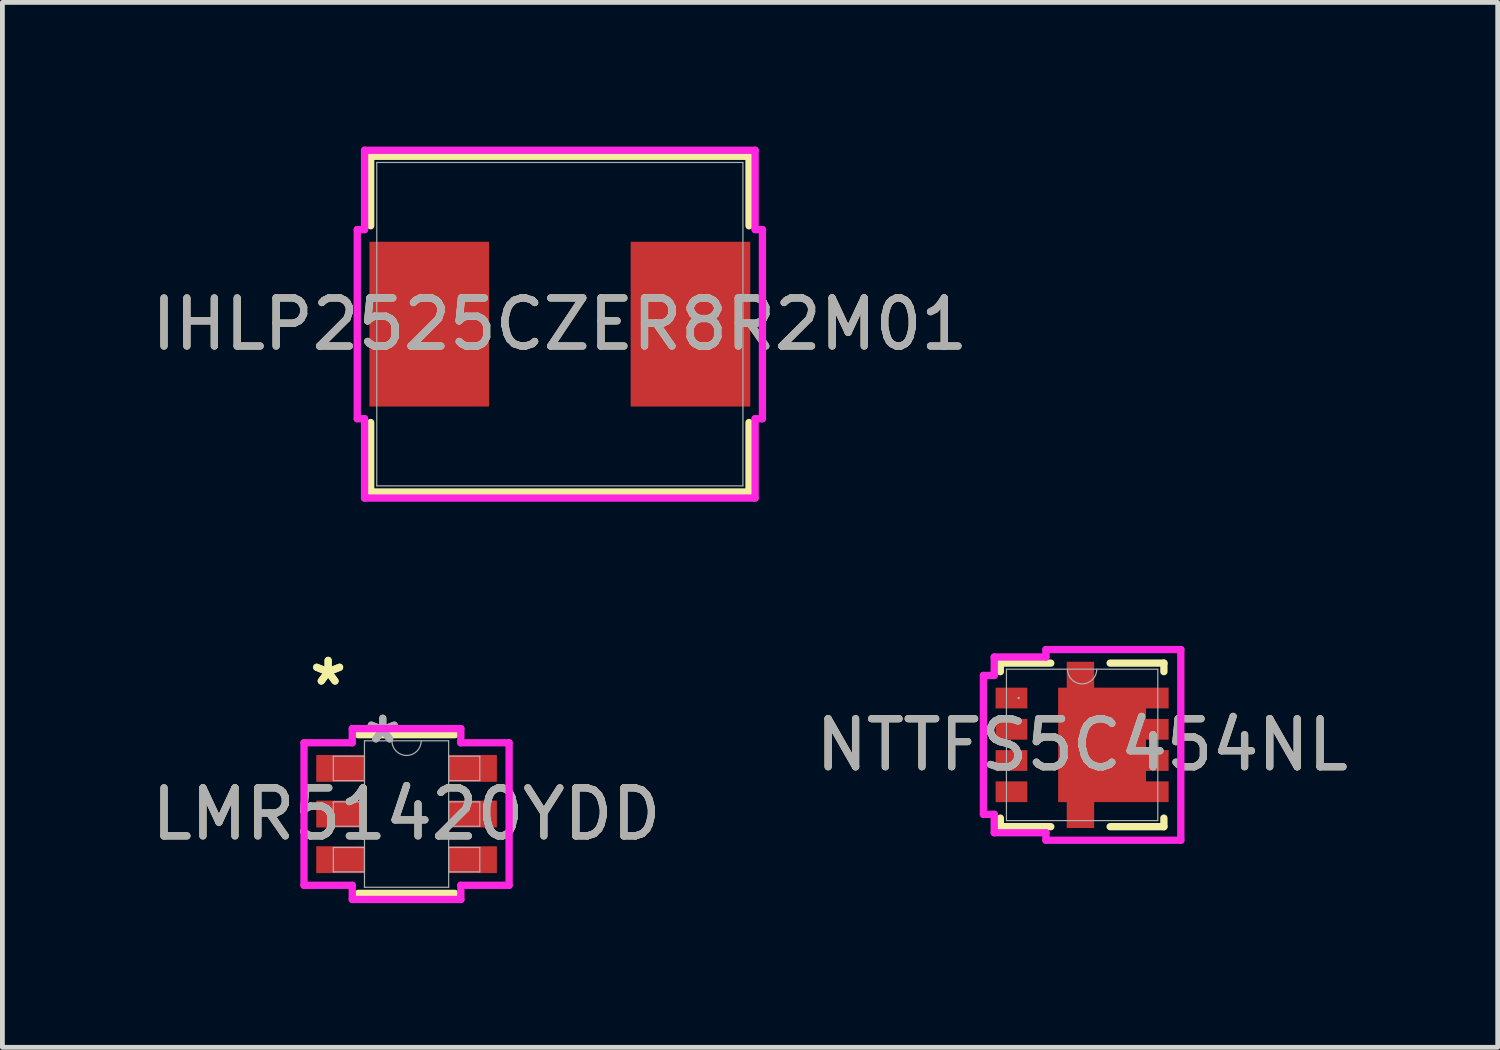
<source format=kicad_pcb>
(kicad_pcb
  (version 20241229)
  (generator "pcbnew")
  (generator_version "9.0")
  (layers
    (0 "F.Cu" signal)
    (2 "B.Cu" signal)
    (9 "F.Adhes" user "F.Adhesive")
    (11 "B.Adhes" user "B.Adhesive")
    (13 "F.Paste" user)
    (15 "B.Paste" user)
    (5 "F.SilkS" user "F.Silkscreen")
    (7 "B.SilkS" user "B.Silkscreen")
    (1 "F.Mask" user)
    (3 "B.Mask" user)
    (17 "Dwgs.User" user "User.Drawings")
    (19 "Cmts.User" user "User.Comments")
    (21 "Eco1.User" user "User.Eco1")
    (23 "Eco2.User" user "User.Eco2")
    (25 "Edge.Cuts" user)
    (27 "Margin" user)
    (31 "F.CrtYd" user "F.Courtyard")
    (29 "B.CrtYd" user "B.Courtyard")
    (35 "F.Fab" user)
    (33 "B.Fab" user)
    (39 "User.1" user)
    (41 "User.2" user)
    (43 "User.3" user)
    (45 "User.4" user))
  (footprint "IHLP2525CZER8R2M01"
    (layer "F.Cu")
    (at 8.601 3.696)
    (property "Reference" "IHLP2525CZER8R2M01" (at 0 0 0) (unlocked yes) (layer "F.SilkS") (effects (font (size 1 1) (thickness 0.15))))
    (attr smd)
    (fp_line (start -3.937 -3.493) (end -3.937 -2.047) (stroke (width 0.152) (type solid)) (layer "F.SilkS"))
    (fp_line (start -3.937 2.047) (end -3.937 3.493) (stroke (width 0.152) (type solid)) (layer "F.SilkS"))
    (fp_line (start -3.937 3.493) (end 3.937 3.493) (stroke (width 0.152) (type solid)) (layer "F.SilkS"))
    (fp_line (start 3.937 -3.493) (end -3.937 -3.493) (stroke (width 0.152) (type solid)) (layer "F.SilkS"))
    (fp_line (start 3.937 -2.047) (end 3.937 -3.493) (stroke (width 0.152) (type solid)) (layer "F.SilkS"))
    (fp_line (start 3.937 3.493) (end 3.937 2.047) (stroke (width 0.152) (type solid)) (layer "F.SilkS"))
    (fp_line (start -4.216 -1.968) (end -4.064 -1.968) (stroke (width 0.152) (type solid)) (layer "F.CrtYd"))
    (fp_line (start -4.216 1.968) (end -4.216 -1.968) (stroke (width 0.152) (type solid)) (layer "F.CrtYd"))
    (fp_line (start -4.064 -3.619) (end 4.064 -3.619) (stroke (width 0.152) (type solid)) (layer "F.CrtYd"))
    (fp_line (start -4.064 -1.968) (end -4.064 -3.619) (stroke (width 0.152) (type solid)) (layer "F.CrtYd"))
    (fp_line (start -4.064 1.968) (end -4.216 1.968) (stroke (width 0.152) (type solid)) (layer "F.CrtYd"))
    (fp_line (start -4.064 1.968) (end -4.064 3.619) (stroke (width 0.152) (type solid)) (layer "F.CrtYd"))
    (fp_line (start -4.064 3.619) (end 4.064 3.619) (stroke (width 0.152) (type solid)) (layer "F.CrtYd"))
    (fp_line (start 4.064 -3.619) (end 4.064 -1.968) (stroke (width 0.152) (type solid)) (layer "F.CrtYd"))
    (fp_line (start 4.064 -1.968) (end 4.216 -1.968) (stroke (width 0.152) (type solid)) (layer "F.CrtYd"))
    (fp_line (start 4.064 1.968) (end 4.216 1.968) (stroke (width 0.152) (type solid)) (layer "F.CrtYd"))
    (fp_line (start 4.064 3.619) (end 4.064 1.968) (stroke (width 0.152) (type solid)) (layer "F.CrtYd"))
    (fp_line (start 4.216 -1.968) (end 4.216 1.968) (stroke (width 0.152) (type solid)) (layer "F.CrtYd"))
    (fp_line (start -3.81 -3.365) (end -3.81 3.365) (stroke (width 0.025) (type solid)) (layer "F.Fab"))
    (fp_line (start -3.81 3.365) (end 3.81 3.365) (stroke (width 0.025) (type solid)) (layer "F.Fab"))
    (fp_line (start 3.81 -3.365) (end -3.81 -3.365) (stroke (width 0.025) (type solid)) (layer "F.Fab"))
    (fp_line (start 3.81 3.365) (end 3.81 -3.365) (stroke (width 0.025) (type solid)) (layer "F.Fab"))
    (fp_text user "${REFERENCE}" (at 0 0 0) (unlocked yes) (layer "F.Fab") (effects (font (size 1 1) (thickness 0.15))))
    (pad "1" smd rect (at -2.718 0 90) (size 3.429 2.489) (layers "F.Cu" "F.Mask" "F.Paste"))
    (pad "2" smd rect (at 2.718 0 90) (size 3.429 2.489) (layers "F.Cu" "F.Mask" "F.Paste")))
  (footprint "NTTFS5C454NL"
    (layer "F.Cu")
    (at 19.47 12.452)
    (property "Reference" "NTTFS5C454NL" (at 0 0 0) (unlocked yes) (layer "F.SilkS") (effects (font (size 1 1) (thickness 0.15))))
    (attr smd)
    (fp_poly (pts (xy -0.32 -1.73) (xy 0.251 -1.73) (xy 0.251 -1.191) (xy 1.8 -1.191) (xy 1.8 -0.759) (xy 1.33 -0.759) (xy 1.33 -0.541) (xy 1.8 -0.541) (xy 1.8 -0.109) (xy 1.33 -0.109) (xy 1.33 0.109) (xy 1.8 0.109) (xy 1.8 0.541) (xy 1.33 0.541) (xy 1.33 0.759) (xy 1.8 0.759) (xy 1.8 1.191) (xy 0.251 1.191) (xy 0.251 1.73) (xy -0.32 1.73) (xy -0.32 1.191) (xy -0.499 1.191) (xy -0.499 -1.191) (xy -0.32 -1.191)) (stroke (width 0) (type solid)) (fill yes) (layer "F.Cu"))
    (fp_poly (pts (xy -0.32 -1.73) (xy 0.251 -1.73) (xy 0.251 -1.191) (xy 1.8 -1.191) (xy 1.8 -0.759) (xy 1.33 -0.759) (xy 1.33 -0.541) (xy 1.8 -0.541) (xy 1.8 -0.109) (xy 1.33 -0.109) (xy 1.33 0.109) (xy 1.8 0.109) (xy 1.8 0.541) (xy 1.33 0.541) (xy 1.33 0.759) (xy 1.8 0.759) (xy 1.8 1.191) (xy 0.251 1.191) (xy 0.251 1.73) (xy -0.32 1.73) (xy -0.32 1.191) (xy -0.499 1.191) (xy -0.499 -1.191) (xy -0.32 -1.191)) (stroke (width 0) (type solid)) (fill yes) (layer "F.Mask"))
    (fp_line (start -1.702 -1.702) (end -0.652 -1.702) (stroke (width 0.152) (type solid)) (layer "F.SilkS"))
    (fp_line (start -1.702 -1.524) (end -1.702 -1.702) (stroke (width 0.152) (type solid)) (layer "F.SilkS"))
    (fp_line (start -1.702 1.702) (end -1.702 1.524) (stroke (width 0.152) (type solid)) (layer "F.SilkS"))
    (fp_line (start -0.652 1.702) (end -1.702 1.702) (stroke (width 0.152) (type solid)) (layer "F.SilkS"))
    (fp_line (start 0.583 -1.702) (end 1.702 -1.702) (stroke (width 0.152) (type solid)) (layer "F.SilkS"))
    (fp_line (start 1.702 -1.702) (end 1.702 -1.524) (stroke (width 0.152) (type solid)) (layer "F.SilkS"))
    (fp_line (start 1.702 1.524) (end 1.702 1.702) (stroke (width 0.152) (type solid)) (layer "F.SilkS"))
    (fp_line (start 1.702 1.702) (end 0.583 1.702) (stroke (width 0.152) (type solid)) (layer "F.SilkS"))
    (fp_poly (pts (xy -0.32 -1.73) (xy 0.251 -1.73) (xy 0.251 -1.191) (xy 1.8 -1.191) (xy 1.8 -0.759) (xy 1.33 -0.759) (xy 1.33 -0.541) (xy 1.8 -0.541) (xy 1.8 -0.109) (xy 1.33 -0.109) (xy 1.33 0.109) (xy 1.8 0.109) (xy 1.8 0.541) (xy 1.33 0.541) (xy 1.33 0.759) (xy 1.8 0.759) (xy 1.8 1.191) (xy 0.251 1.191) (xy 0.251 1.73) (xy -0.32 1.73) (xy -0.32 1.191) (xy -0.499 1.191) (xy -0.499 -1.191) (xy -0.32 -1.191)) (stroke (width 0) (type solid)) (fill yes) (layer "F.Paste"))
    (fp_line (start -2.054 -1.445) (end -2.054 1.445) (stroke (width 0.152) (type solid)) (layer "F.CrtYd"))
    (fp_line (start -2.054 1.445) (end -1.829 1.445) (stroke (width 0.152) (type solid)) (layer "F.CrtYd"))
    (fp_line (start -1.829 -1.829) (end -1.829 -1.445) (stroke (width 0.152) (type solid)) (layer "F.CrtYd"))
    (fp_line (start -1.829 -1.445) (end -2.054 -1.445) (stroke (width 0.152) (type solid)) (layer "F.CrtYd"))
    (fp_line (start -1.829 1.445) (end -1.829 1.829) (stroke (width 0.152) (type solid)) (layer "F.CrtYd"))
    (fp_line (start -1.829 1.829) (end -0.753 1.829) (stroke (width 0.152) (type solid)) (layer "F.CrtYd"))
    (fp_line (start -0.753 -1.829) (end -1.829 -1.829) (stroke (width 0.152) (type solid)) (layer "F.CrtYd"))
    (fp_line (start -0.753 -1.829) (end -0.753 -1.984) (stroke (width 0.152) (type solid)) (layer "F.CrtYd"))
    (fp_line (start -0.753 1.829) (end -0.753 1.984) (stroke (width 0.152) (type solid)) (layer "F.CrtYd"))
    (fp_line (start -0.753 1.984) (end 2.054 1.984) (stroke (width 0.152) (type solid)) (layer "F.CrtYd"))
    (fp_line (start 2.054 -1.984) (end -0.753 -1.984) (stroke (width 0.152) (type solid)) (layer "F.CrtYd"))
    (fp_line (start 2.054 1.984) (end 2.054 -1.984) (stroke (width 0.152) (type solid)) (layer "F.CrtYd"))
    (fp_line (start -1.575 -1.575) (end -1.575 1.575) (stroke (width 0.025) (type solid)) (layer "F.Fab"))
    (fp_line (start -1.575 1.575) (end 1.575 1.575) (stroke (width 0.025) (type solid)) (layer "F.Fab"))
    (fp_line (start 1.575 -1.575) (end -1.575 -1.575) (stroke (width 0.025) (type solid)) (layer "F.Fab"))
    (fp_line (start 1.575 1.575) (end 1.575 -1.575) (stroke (width 0.025) (type solid)) (layer "F.Fab"))
    (fp_arc (start 0.3048 -1.5748) (mid 0 -1.27) (end -0.3048 -1.5748) (stroke (width 0.0254) (type solid)) (layer "F.Fab"))
    (fp_circle (center -1.321 -0.975) (end -1.321 -0.975) (stroke (width 0.025) (type solid)) (fill no) (layer "F.Fab"))
    (fp_text user "${REFERENCE}" (at 0 0 0) (unlocked yes) (layer "F.Fab") (effects (font (size 1 1) (thickness 0.15))))
    (pad "1" smd rect (at -1.47 -0.975) (size 0.66 0.432) (layers "F.Cu" "F.Mask" "F.Paste"))
    (pad "2" smd rect (at -1.47 -0.325) (size 0.66 0.432) (layers "F.Cu" "F.Mask" "F.Paste"))
    (pad "3" smd rect (at -1.47 0.325) (size 0.66 0.432) (layers "F.Cu" "F.Mask" "F.Paste"))
    (pad "4" smd rect (at -1.47 0.975) (size 0.66 0.432) (layers "F.Cu" "F.Mask" "F.Paste"))
    (pad "5" smd rect (at 1.47 0.975) (size 0.127 0.127) (layers "F.Cu" "F.Mask" "F.Paste"))
    (pad "6" smd rect (at 1.47 0.325) (size 0.127 0.127) (layers "F.Cu" "F.Mask" "F.Paste"))
    (pad "7" smd rect (at 1.47 -0.325) (size 0.127 0.127) (layers "F.Cu" "F.Mask" "F.Paste"))
    (pad "8" smd rect (at 1.47 -0.975) (size 0.127 0.127) (layers "F.Cu" "F.Mask" "F.Paste")))
  (footprint "LMR51420YDD"
    (layer "F.Cu")
    (at 5.411 13.891)
    (property "Reference" "LMR51420YDD" (at 0 0 0) (unlocked yes) (layer "F.SilkS") (effects (font (size 1 1) (thickness 0.15))))
    (attr smd)
    (fp_line (start -1.003 1.651) (end 1.003 1.651) (stroke (width 0.152) (type solid)) (layer "F.SilkS"))
    (fp_line (start 1.003 -1.651) (end -1.003 -1.651) (stroke (width 0.152) (type solid)) (layer "F.SilkS"))
    (fp_line (start -2.134 -1.483) (end -1.13 -1.483) (stroke (width 0.152) (type solid)) (layer "F.CrtYd"))
    (fp_line (start -2.134 1.483) (end -2.134 -1.483) (stroke (width 0.152) (type solid)) (layer "F.CrtYd"))
    (fp_line (start -2.134 1.483) (end -1.13 1.483) (stroke (width 0.152) (type solid)) (layer "F.CrtYd"))
    (fp_line (start -1.13 -1.778) (end 1.13 -1.778) (stroke (width 0.152) (type solid)) (layer "F.CrtYd"))
    (fp_line (start -1.13 -1.483) (end -1.13 -1.778) (stroke (width 0.152) (type solid)) (layer "F.CrtYd"))
    (fp_line (start -1.13 1.778) (end -1.13 1.483) (stroke (width 0.152) (type solid)) (layer "F.CrtYd"))
    (fp_line (start 1.13 -1.778) (end 1.13 -1.483) (stroke (width 0.152) (type solid)) (layer "F.CrtYd"))
    (fp_line (start 1.13 1.483) (end 1.13 1.778) (stroke (width 0.152) (type solid)) (layer "F.CrtYd"))
    (fp_line (start 1.13 1.778) (end -1.13 1.778) (stroke (width 0.152) (type solid)) (layer "F.CrtYd"))
    (fp_line (start 2.134 -1.483) (end 1.13 -1.483) (stroke (width 0.152) (type solid)) (layer "F.CrtYd"))
    (fp_line (start 2.134 -1.483) (end 2.134 1.483) (stroke (width 0.152) (type solid)) (layer "F.CrtYd"))
    (fp_line (start 2.134 1.483) (end 1.13 1.483) (stroke (width 0.152) (type solid)) (layer "F.CrtYd"))
    (fp_line (start -1.524 -1.204) (end -1.524 -0.696) (stroke (width 0.025) (type solid)) (layer "F.Fab"))
    (fp_line (start -1.524 -0.696) (end -0.876 -0.696) (stroke (width 0.025) (type solid)) (layer "F.Fab"))
    (fp_line (start -1.524 -0.254) (end -1.524 0.254) (stroke (width 0.025) (type solid)) (layer "F.Fab"))
    (fp_line (start -1.524 0.254) (end -0.876 0.254) (stroke (width 0.025) (type solid)) (layer "F.Fab"))
    (fp_line (start -1.524 0.696) (end -1.524 1.204) (stroke (width 0.025) (type solid)) (layer "F.Fab"))
    (fp_line (start -1.524 1.204) (end -0.876 1.204) (stroke (width 0.025) (type solid)) (layer "F.Fab"))
    (fp_line (start -0.876 -1.524) (end -0.876 1.524) (stroke (width 0.025) (type solid)) (layer "F.Fab"))
    (fp_line (start -0.876 -1.204) (end -1.524 -1.204) (stroke (width 0.025) (type solid)) (layer "F.Fab"))
    (fp_line (start -0.876 -0.696) (end -0.876 -1.204) (stroke (width 0.025) (type solid)) (layer "F.Fab"))
    (fp_line (start -0.876 -0.254) (end -1.524 -0.254) (stroke (width 0.025) (type solid)) (layer "F.Fab"))
    (fp_line (start -0.876 0.254) (end -0.876 -0.254) (stroke (width 0.025) (type solid)) (layer "F.Fab"))
    (fp_line (start -0.876 0.696) (end -1.524 0.696) (stroke (width 0.025) (type solid)) (layer "F.Fab"))
    (fp_line (start -0.876 1.204) (end -0.876 0.696) (stroke (width 0.025) (type solid)) (layer "F.Fab"))
    (fp_line (start -0.876 1.524) (end 0.876 1.524) (stroke (width 0.025) (type solid)) (layer "F.Fab"))
    (fp_line (start 0.876 -1.524) (end -0.876 -1.524) (stroke (width 0.025) (type solid)) (layer "F.Fab"))
    (fp_line (start 0.876 -1.204) (end 0.876 -0.696) (stroke (width 0.025) (type solid)) (layer "F.Fab"))
    (fp_line (start 0.876 -0.696) (end 1.524 -0.696) (stroke (width 0.025) (type solid)) (layer "F.Fab"))
    (fp_line (start 0.876 -0.254) (end 0.876 0.254) (stroke (width 0.025) (type solid)) (layer "F.Fab"))
    (fp_line (start 0.876 0.254) (end 1.524 0.254) (stroke (width 0.025) (type solid)) (layer "F.Fab"))
    (fp_line (start 0.876 0.696) (end 0.876 1.204) (stroke (width 0.025) (type solid)) (layer "F.Fab"))
    (fp_line (start 0.876 1.204) (end 1.524 1.204) (stroke (width 0.025) (type solid)) (layer "F.Fab"))
    (fp_line (start 0.876 1.524) (end 0.876 -1.524) (stroke (width 0.025) (type solid)) (layer "F.Fab"))
    (fp_line (start 1.524 -1.204) (end 0.876 -1.204) (stroke (width 0.025) (type solid)) (layer "F.Fab"))
    (fp_line (start 1.524 -0.696) (end 1.524 -1.204) (stroke (width 0.025) (type solid)) (layer "F.Fab"))
    (fp_line (start 1.524 -0.254) (end 0.876 -0.254) (stroke (width 0.025) (type solid)) (layer "F.Fab"))
    (fp_line (start 1.524 0.254) (end 1.524 -0.254) (stroke (width 0.025) (type solid)) (layer "F.Fab"))
    (fp_line (start 1.524 0.696) (end 0.876 0.696) (stroke (width 0.025) (type solid)) (layer "F.Fab"))
    (fp_line (start 1.524 1.204) (end 1.524 0.696) (stroke (width 0.025) (type solid)) (layer "F.Fab"))
    (fp_arc (start 0.3048 -1.524) (mid 0 -1.2192) (end -0.3048 -1.524) (stroke (width 0.0254) (type solid)) (layer "F.Fab"))
    (fp_text user "*" (at -1.632 -2.652 0) (layer "F.SilkS") (effects (font (size 1 1) (thickness 0.15))))
    (fp_text user "*" (at -1.632 -2.652 0) (unlocked yes) (layer "F.SilkS") (effects (font (size 1 1) (thickness 0.15))))
    (fp_text user "*" (at -0.495 -1.448 0) (unlocked yes) (layer "F.Fab") (effects (font (size 1 1) (thickness 0.15))))
    (fp_text user "${REFERENCE}" (at 0 0 0) (unlocked yes) (layer "F.Fab") (effects (font (size 1 1) (thickness 0.15))))
    (fp_text user "*" (at -0.495 -1.448 0) (layer "F.Fab") (effects (font (size 1 1) (thickness 0.15))))
    (pad "1" smd rect (at -1.378 -0.95) (size 1.003 0.559) (layers "F.Cu" "F.Mask" "F.Paste"))
    (pad "2" smd rect (at -1.378 0) (size 1.003 0.559) (layers "F.Cu" "F.Mask" "F.Paste"))
    (pad "3" smd rect (at -1.378 0.95) (size 1.003 0.559) (layers "F.Cu" "F.Mask" "F.Paste"))
    (pad "4" smd rect (at 1.378 0.95) (size 1.003 0.559) (layers "F.Cu" "F.Mask" "F.Paste"))
    (pad "5" smd rect (at 1.378 0) (size 1.003 0.559) (layers "F.Cu" "F.Mask" "F.Paste"))
    (pad "6" smd rect (at 1.378 -0.95) (size 1.003 0.559) (layers "F.Cu" "F.Mask" "F.Paste")))
  (gr_rect
    (start -3 -3)
    (end 28.119 18.746)
    (stroke (width 0.1) (type default))
    (fill no)
    (layer "Edge.Cuts")))
</source>
